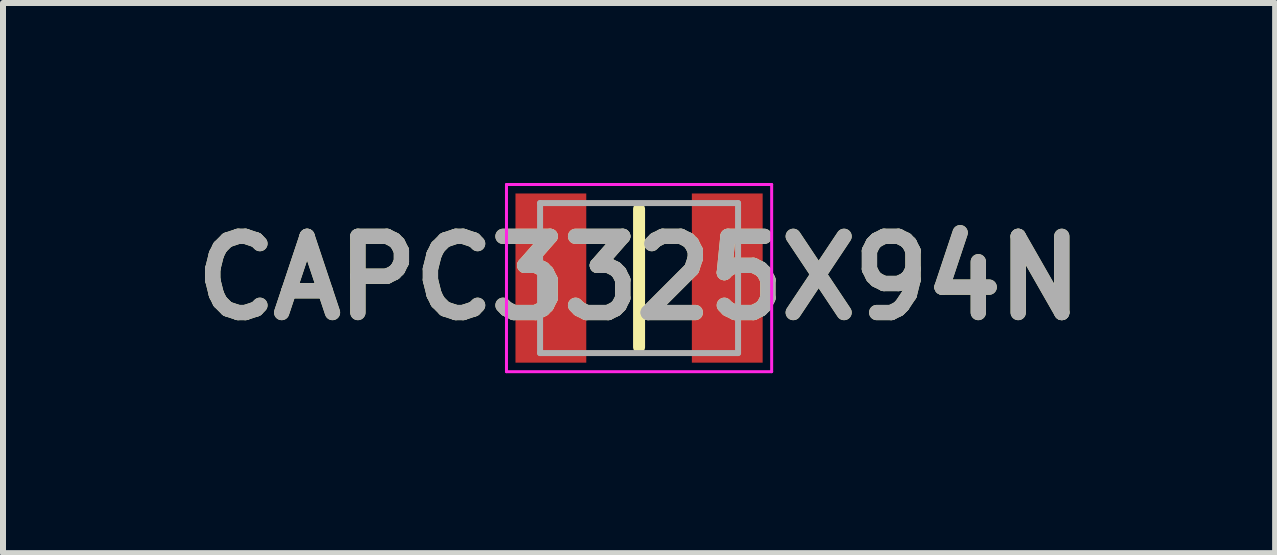
<source format=kicad_pcb>
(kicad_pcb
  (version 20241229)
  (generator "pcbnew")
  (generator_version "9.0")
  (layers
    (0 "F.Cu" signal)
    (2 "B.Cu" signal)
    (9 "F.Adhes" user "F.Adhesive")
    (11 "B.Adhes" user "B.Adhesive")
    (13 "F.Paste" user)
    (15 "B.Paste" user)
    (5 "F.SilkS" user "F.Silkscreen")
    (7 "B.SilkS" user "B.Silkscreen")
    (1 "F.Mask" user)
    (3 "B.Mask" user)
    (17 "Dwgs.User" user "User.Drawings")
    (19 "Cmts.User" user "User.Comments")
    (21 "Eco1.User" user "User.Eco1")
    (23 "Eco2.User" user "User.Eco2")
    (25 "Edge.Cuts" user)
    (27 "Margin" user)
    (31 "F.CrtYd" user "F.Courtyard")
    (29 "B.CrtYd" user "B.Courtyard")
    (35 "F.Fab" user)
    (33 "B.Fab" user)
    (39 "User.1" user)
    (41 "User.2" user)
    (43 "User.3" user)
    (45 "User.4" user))
  (footprint "CAPC3325X94N"
    (layer "F.Cu")
    (at 7.602 1.585)
    (property "Reference" "CAPC3325X94N" (at 0 0 0) (layer "F.SilkS") (effects (font (size 1.27 1.27) (thickness 0.254))))
    (attr smd)
    (fp_line (start 0 -1.15) (end 0 1.15) (stroke (width 0.2) (type solid)) (layer "F.SilkS"))
    (fp_line (start -2.21 -1.56) (end 2.21 -1.56) (stroke (width 0.05) (type solid)) (layer "F.CrtYd"))
    (fp_line (start -2.21 1.56) (end -2.21 -1.56) (stroke (width 0.05) (type solid)) (layer "F.CrtYd"))
    (fp_line (start 2.21 -1.56) (end 2.21 1.56) (stroke (width 0.05) (type solid)) (layer "F.CrtYd"))
    (fp_line (start 2.21 1.56) (end -2.21 1.56) (stroke (width 0.05) (type solid)) (layer "F.CrtYd"))
    (fp_line (start -1.65 -1.25) (end 1.65 -1.25) (stroke (width 0.1) (type solid)) (layer "F.Fab"))
    (fp_line (start -1.65 1.25) (end -1.65 -1.25) (stroke (width 0.1) (type solid)) (layer "F.Fab"))
    (fp_line (start 1.65 -1.25) (end 1.65 1.25) (stroke (width 0.1) (type solid)) (layer "F.Fab"))
    (fp_line (start 1.65 1.25) (end -1.65 1.25) (stroke (width 0.1) (type solid)) (layer "F.Fab"))
    (fp_text user "${REFERENCE}" (at 0 0 0) (layer "F.Fab") (effects (font (size 1.27 1.27) (thickness 0.254))))
    (pad "1" smd rect (at -1.47 0) (size 1.18 2.82) (layers "F.Cu" "F.Mask" "F.Paste"))
    (pad "2" smd rect (at 1.47 0) (size 1.18 2.82) (layers "F.Cu" "F.Mask" "F.Paste")))
  (gr_rect
    (start -3 -3)
    (end 18.204 6.17)
    (stroke (width 0.1) (type default))
    (fill no)
    (layer "Edge.Cuts")))
</source>
